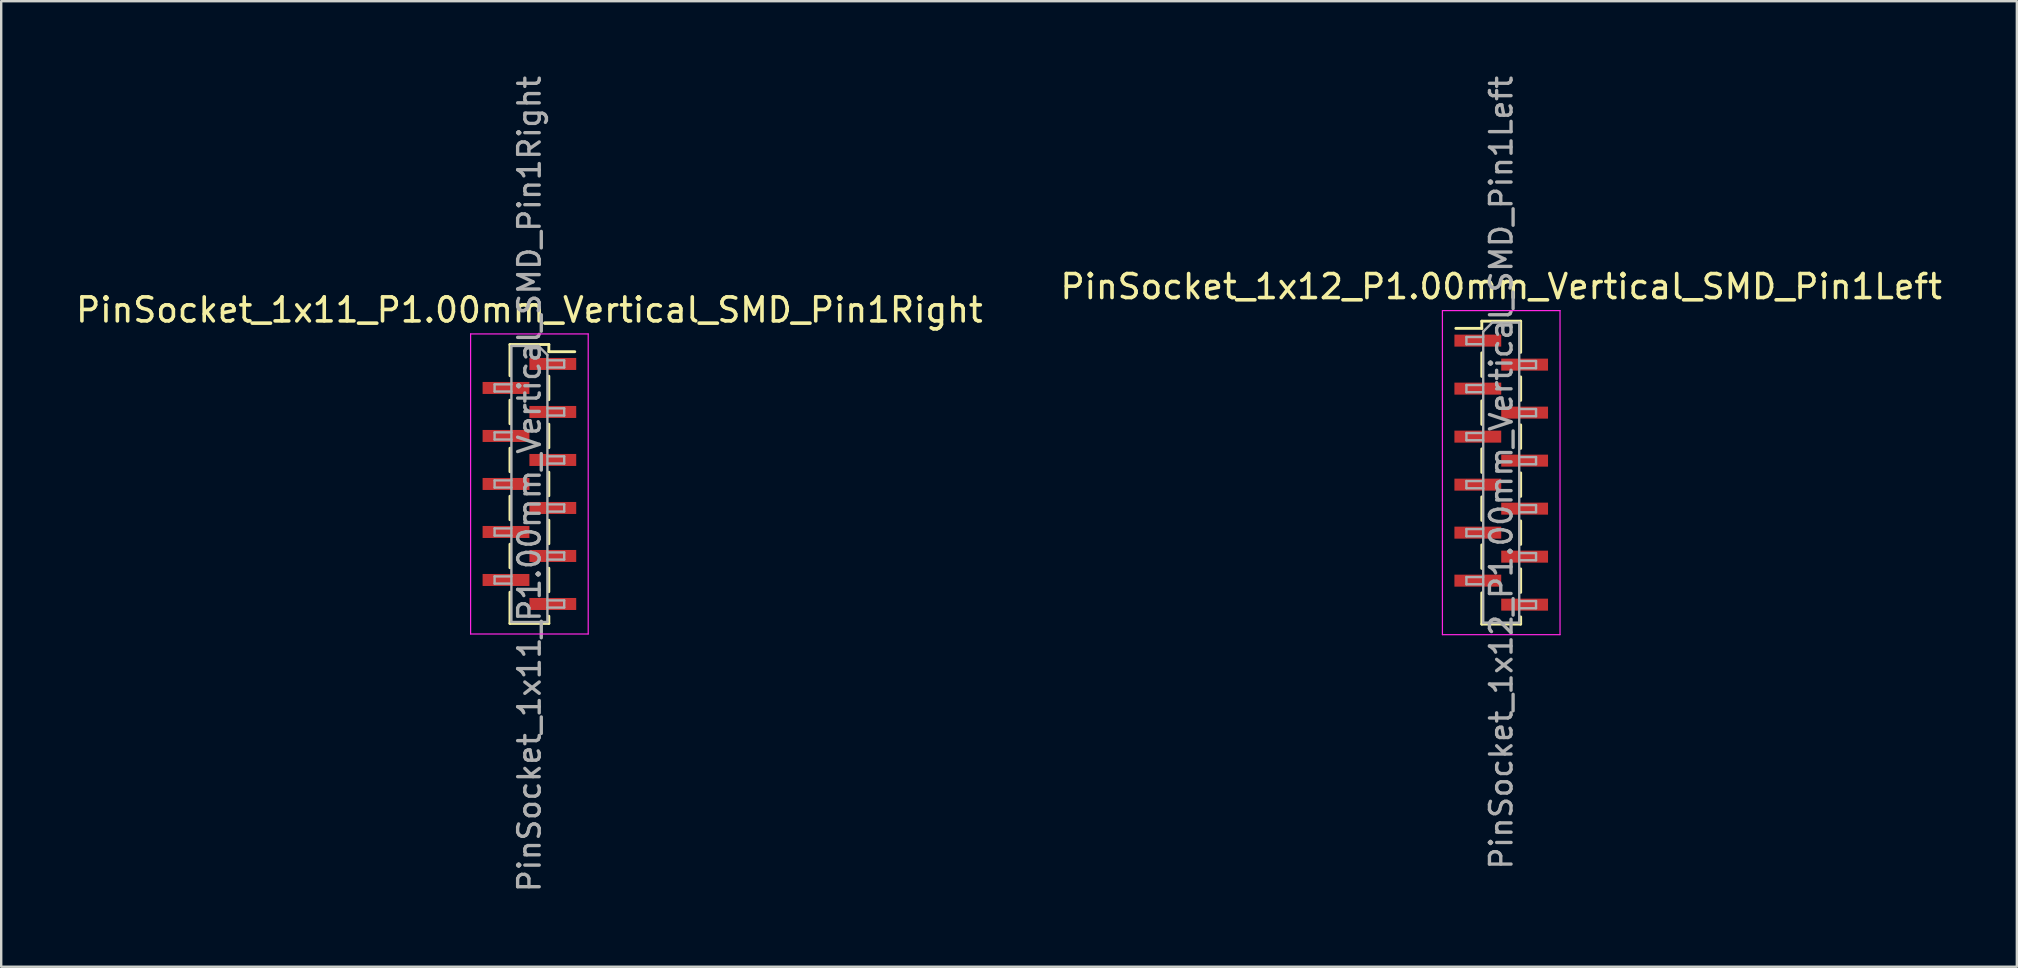
<source format=kicad_pcb>
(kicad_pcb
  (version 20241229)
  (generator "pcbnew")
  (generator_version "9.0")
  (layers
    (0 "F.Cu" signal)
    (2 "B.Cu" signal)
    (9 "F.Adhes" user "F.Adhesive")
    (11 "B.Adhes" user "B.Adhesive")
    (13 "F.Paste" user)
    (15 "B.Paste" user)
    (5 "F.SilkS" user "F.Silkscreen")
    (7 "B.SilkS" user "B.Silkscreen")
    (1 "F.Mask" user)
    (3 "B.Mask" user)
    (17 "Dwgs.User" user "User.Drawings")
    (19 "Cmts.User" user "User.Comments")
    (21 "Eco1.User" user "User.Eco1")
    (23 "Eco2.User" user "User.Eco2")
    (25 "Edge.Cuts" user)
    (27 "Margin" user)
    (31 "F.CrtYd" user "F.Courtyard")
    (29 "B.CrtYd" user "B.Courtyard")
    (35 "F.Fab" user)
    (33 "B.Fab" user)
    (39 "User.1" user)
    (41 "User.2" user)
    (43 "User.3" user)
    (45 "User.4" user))
  (footprint "PinSocket_1x12_P1.00mm_Vertical_SMD_Pin1Left"
    (layer "F.Cu")
    (at 59.494 16.641)
    (property "Reference" "PinSocket_1x12_P1.00mm_Vertical_SMD_Pin1Left" (at 0 -7.75 0) (layer "F.SilkS") (effects (font (size 1 1) (thickness 0.15))))
    (attr smd)
    (fp_line (start -1.89 -6.01) (end -0.81 -6.01) (stroke (width 0.12) (type solid)) (layer "F.SilkS"))
    (fp_line (start -0.81 -6.31) (end -0.81 -6.01) (stroke (width 0.12) (type solid)) (layer "F.SilkS"))
    (fp_line (start -0.81 -6.31) (end 0.81 -6.31) (stroke (width 0.12) (type solid)) (layer "F.SilkS"))
    (fp_line (start -0.81 -4.99) (end -0.81 -4.01) (stroke (width 0.12) (type solid)) (layer "F.SilkS"))
    (fp_line (start -0.81 -2.99) (end -0.81 -2.01) (stroke (width 0.12) (type solid)) (layer "F.SilkS"))
    (fp_line (start -0.81 -0.99) (end -0.81 -0.01) (stroke (width 0.12) (type solid)) (layer "F.SilkS"))
    (fp_line (start -0.81 1.01) (end -0.81 1.99) (stroke (width 0.12) (type solid)) (layer "F.SilkS"))
    (fp_line (start -0.81 3.01) (end -0.81 3.99) (stroke (width 0.12) (type solid)) (layer "F.SilkS"))
    (fp_line (start -0.81 5.01) (end -0.81 6.31) (stroke (width 0.12) (type solid)) (layer "F.SilkS"))
    (fp_line (start -0.81 6.31) (end 0.81 6.31) (stroke (width 0.12) (type solid)) (layer "F.SilkS"))
    (fp_line (start 0.81 -6.31) (end 0.81 -5.01) (stroke (width 0.12) (type solid)) (layer "F.SilkS"))
    (fp_line (start 0.81 -3.99) (end 0.81 -3.01) (stroke (width 0.12) (type solid)) (layer "F.SilkS"))
    (fp_line (start 0.81 -1.99) (end 0.81 -1.01) (stroke (width 0.12) (type solid)) (layer "F.SilkS"))
    (fp_line (start 0.81 0.01) (end 0.81 0.99) (stroke (width 0.12) (type solid)) (layer "F.SilkS"))
    (fp_line (start 0.81 2.01) (end 0.81 2.99) (stroke (width 0.12) (type solid)) (layer "F.SilkS"))
    (fp_line (start 0.81 4.01) (end 0.81 4.99) (stroke (width 0.12) (type solid)) (layer "F.SilkS"))
    (fp_line (start 0.81 6.01) (end 0.81 6.31) (stroke (width 0.12) (type solid)) (layer "F.SilkS"))
    (fp_line (start -2.45 -6.75) (end 2.45 -6.75) (stroke (width 0.05) (type solid)) (layer "F.CrtYd"))
    (fp_line (start -2.45 6.75) (end -2.45 -6.75) (stroke (width 0.05) (type solid)) (layer "F.CrtYd"))
    (fp_line (start 2.45 -6.75) (end 2.45 6.75) (stroke (width 0.05) (type solid)) (layer "F.CrtYd"))
    (fp_line (start 2.45 6.75) (end -2.45 6.75) (stroke (width 0.05) (type solid)) (layer "F.CrtYd"))
    (fp_line (start -1.45 -5.65) (end -0.75 -5.65) (stroke (width 0.1) (type solid)) (layer "F.Fab"))
    (fp_line (start -1.45 -5.35) (end -1.45 -5.65) (stroke (width 0.1) (type solid)) (layer "F.Fab"))
    (fp_line (start -1.45 -3.65) (end -0.75 -3.65) (stroke (width 0.1) (type solid)) (layer "F.Fab"))
    (fp_line (start -1.45 -3.35) (end -1.45 -3.65) (stroke (width 0.1) (type solid)) (layer "F.Fab"))
    (fp_line (start -1.45 -1.65) (end -0.75 -1.65) (stroke (width 0.1) (type solid)) (layer "F.Fab"))
    (fp_line (start -1.45 -1.35) (end -1.45 -1.65) (stroke (width 0.1) (type solid)) (layer "F.Fab"))
    (fp_line (start -1.45 0.35) (end -0.75 0.35) (stroke (width 0.1) (type solid)) (layer "F.Fab"))
    (fp_line (start -1.45 0.65) (end -1.45 0.35) (stroke (width 0.1) (type solid)) (layer "F.Fab"))
    (fp_line (start -1.45 2.35) (end -0.75 2.35) (stroke (width 0.1) (type solid)) (layer "F.Fab"))
    (fp_line (start -1.45 2.65) (end -1.45 2.35) (stroke (width 0.1) (type solid)) (layer "F.Fab"))
    (fp_line (start -1.45 4.35) (end -0.75 4.35) (stroke (width 0.1) (type solid)) (layer "F.Fab"))
    (fp_line (start -1.45 4.65) (end -1.45 4.35) (stroke (width 0.1) (type solid)) (layer "F.Fab"))
    (fp_line (start -0.75 -5.875) (end -0.375 -6.25) (stroke (width 0.1) (type solid)) (layer "F.Fab"))
    (fp_line (start -0.75 -5.35) (end -1.45 -5.35) (stroke (width 0.1) (type solid)) (layer "F.Fab"))
    (fp_line (start -0.75 -3.35) (end -1.45 -3.35) (stroke (width 0.1) (type solid)) (layer "F.Fab"))
    (fp_line (start -0.75 -1.35) (end -1.45 -1.35) (stroke (width 0.1) (type solid)) (layer "F.Fab"))
    (fp_line (start -0.75 0.65) (end -1.45 0.65) (stroke (width 0.1) (type solid)) (layer "F.Fab"))
    (fp_line (start -0.75 2.65) (end -1.45 2.65) (stroke (width 0.1) (type solid)) (layer "F.Fab"))
    (fp_line (start -0.75 4.65) (end -1.45 4.65) (stroke (width 0.1) (type solid)) (layer "F.Fab"))
    (fp_line (start -0.75 6.25) (end -0.75 -5.875) (stroke (width 0.1) (type solid)) (layer "F.Fab"))
    (fp_line (start -0.375 -6.25) (end 0.75 -6.25) (stroke (width 0.1) (type solid)) (layer "F.Fab"))
    (fp_line (start 0.75 -6.25) (end 0.75 6.25) (stroke (width 0.1) (type solid)) (layer "F.Fab"))
    (fp_line (start 0.75 -4.65) (end 1.45 -4.65) (stroke (width 0.1) (type solid)) (layer "F.Fab"))
    (fp_line (start 0.75 -2.65) (end 1.45 -2.65) (stroke (width 0.1) (type solid)) (layer "F.Fab"))
    (fp_line (start 0.75 -0.65) (end 1.45 -0.65) (stroke (width 0.1) (type solid)) (layer "F.Fab"))
    (fp_line (start 0.75 1.35) (end 1.45 1.35) (stroke (width 0.1) (type solid)) (layer "F.Fab"))
    (fp_line (start 0.75 3.35) (end 1.45 3.35) (stroke (width 0.1) (type solid)) (layer "F.Fab"))
    (fp_line (start 0.75 5.35) (end 1.45 5.35) (stroke (width 0.1) (type solid)) (layer "F.Fab"))
    (fp_line (start 0.75 6.25) (end -0.75 6.25) (stroke (width 0.1) (type solid)) (layer "F.Fab"))
    (fp_line (start 1.45 -4.65) (end 1.45 -4.35) (stroke (width 0.1) (type solid)) (layer "F.Fab"))
    (fp_line (start 1.45 -4.35) (end 0.75 -4.35) (stroke (width 0.1) (type solid)) (layer "F.Fab"))
    (fp_line (start 1.45 -2.65) (end 1.45 -2.35) (stroke (width 0.1) (type solid)) (layer "F.Fab"))
    (fp_line (start 1.45 -2.35) (end 0.75 -2.35) (stroke (width 0.1) (type solid)) (layer "F.Fab"))
    (fp_line (start 1.45 -0.65) (end 1.45 -0.35) (stroke (width 0.1) (type solid)) (layer "F.Fab"))
    (fp_line (start 1.45 -0.35) (end 0.75 -0.35) (stroke (width 0.1) (type solid)) (layer "F.Fab"))
    (fp_line (start 1.45 1.35) (end 1.45 1.65) (stroke (width 0.1) (type solid)) (layer "F.Fab"))
    (fp_line (start 1.45 1.65) (end 0.75 1.65) (stroke (width 0.1) (type solid)) (layer "F.Fab"))
    (fp_line (start 1.45 3.35) (end 1.45 3.65) (stroke (width 0.1) (type solid)) (layer "F.Fab"))
    (fp_line (start 1.45 3.65) (end 0.75 3.65) (stroke (width 0.1) (type solid)) (layer "F.Fab"))
    (fp_line (start 1.45 5.35) (end 1.45 5.65) (stroke (width 0.1) (type solid)) (layer "F.Fab"))
    (fp_line (start 1.45 5.65) (end 0.75 5.65) (stroke (width 0.1) (type solid)) (layer "F.Fab"))
    (fp_text user "${REFERENCE}" (at 0 0 90) (layer "F.Fab") (effects (font (size 0.9 0.9) (thickness 0.14))))
    (pad "1" smd rect (at -0.975 -5.5) (size 1.95 0.5) (layers "F.Cu" "F.Mask" "F.Paste"))
    (pad "2" smd rect (at 0.975 -4.5) (size 1.95 0.5) (layers "F.Cu" "F.Mask" "F.Paste"))
    (pad "3" smd rect (at -0.975 -3.5) (size 1.95 0.5) (layers "F.Cu" "F.Mask" "F.Paste"))
    (pad "4" smd rect (at 0.975 -2.5) (size 1.95 0.5) (layers "F.Cu" "F.Mask" "F.Paste"))
    (pad "5" smd rect (at -0.975 -1.5) (size 1.95 0.5) (layers "F.Cu" "F.Mask" "F.Paste"))
    (pad "6" smd rect (at 0.975 -0.5) (size 1.95 0.5) (layers "F.Cu" "F.Mask" "F.Paste"))
    (pad "7" smd rect (at -0.975 0.5) (size 1.95 0.5) (layers "F.Cu" "F.Mask" "F.Paste"))
    (pad "8" smd rect (at 0.975 1.5) (size 1.95 0.5) (layers "F.Cu" "F.Mask" "F.Paste"))
    (pad "9" smd rect (at -0.975 2.5) (size 1.95 0.5) (layers "F.Cu" "F.Mask" "F.Paste"))
    (pad "10" smd rect (at 0.975 3.5) (size 1.95 0.5) (layers "F.Cu" "F.Mask" "F.Paste"))
    (pad "11" smd rect (at -0.975 4.5) (size 1.95 0.5) (layers "F.Cu" "F.Mask" "F.Paste"))
    (pad "12" smd rect (at 0.975 5.5) (size 1.95 0.5) (layers "F.Cu" "F.Mask" "F.Paste")))
  (footprint "PinSocket_1x11_P1.00mm_Vertical_SMD_Pin1Right"
    (layer "F.Cu")
    (at 19.006 17.113)
    (property "Reference" "PinSocket_1x11_P1.00mm_Vertical_SMD_Pin1Right" (at 0 -7.25 0) (layer "F.SilkS") (effects (font (size 1 1) (thickness 0.15))))
    (attr smd)
    (fp_line (start -0.81 -5.81) (end -0.81 -4.51) (stroke (width 0.12) (type solid)) (layer "F.SilkS"))
    (fp_line (start -0.81 -5.81) (end 0.81 -5.81) (stroke (width 0.12) (type solid)) (layer "F.SilkS"))
    (fp_line (start -0.81 -3.49) (end -0.81 -2.51) (stroke (width 0.12) (type solid)) (layer "F.SilkS"))
    (fp_line (start -0.81 -1.49) (end -0.81 -0.51) (stroke (width 0.12) (type solid)) (layer "F.SilkS"))
    (fp_line (start -0.81 0.51) (end -0.81 1.49) (stroke (width 0.12) (type solid)) (layer "F.SilkS"))
    (fp_line (start -0.81 2.51) (end -0.81 3.49) (stroke (width 0.12) (type solid)) (layer "F.SilkS"))
    (fp_line (start -0.81 4.51) (end -0.81 5.81) (stroke (width 0.12) (type solid)) (layer "F.SilkS"))
    (fp_line (start -0.81 5.81) (end 0.81 5.81) (stroke (width 0.12) (type solid)) (layer "F.SilkS"))
    (fp_line (start 0.81 -5.81) (end 0.81 -5.51) (stroke (width 0.12) (type solid)) (layer "F.SilkS"))
    (fp_line (start 0.81 -5.51) (end 1.89 -5.51) (stroke (width 0.12) (type solid)) (layer "F.SilkS"))
    (fp_line (start 0.81 -4.49) (end 0.81 -3.51) (stroke (width 0.12) (type solid)) (layer "F.SilkS"))
    (fp_line (start 0.81 -2.49) (end 0.81 -1.51) (stroke (width 0.12) (type solid)) (layer "F.SilkS"))
    (fp_line (start 0.81 -0.49) (end 0.81 0.49) (stroke (width 0.12) (type solid)) (layer "F.SilkS"))
    (fp_line (start 0.81 1.51) (end 0.81 2.49) (stroke (width 0.12) (type solid)) (layer "F.SilkS"))
    (fp_line (start 0.81 3.51) (end 0.81 4.49) (stroke (width 0.12) (type solid)) (layer "F.SilkS"))
    (fp_line (start 0.81 5.51) (end 0.81 5.81) (stroke (width 0.12) (type solid)) (layer "F.SilkS"))
    (fp_line (start -2.45 -6.25) (end 2.45 -6.25) (stroke (width 0.05) (type solid)) (layer "F.CrtYd"))
    (fp_line (start -2.45 6.25) (end -2.45 -6.25) (stroke (width 0.05) (type solid)) (layer "F.CrtYd"))
    (fp_line (start 2.45 -6.25) (end 2.45 6.25) (stroke (width 0.05) (type solid)) (layer "F.CrtYd"))
    (fp_line (start 2.45 6.25) (end -2.45 6.25) (stroke (width 0.05) (type solid)) (layer "F.CrtYd"))
    (fp_line (start -1.45 -4.15) (end -0.75 -4.15) (stroke (width 0.1) (type solid)) (layer "F.Fab"))
    (fp_line (start -1.45 -3.85) (end -1.45 -4.15) (stroke (width 0.1) (type solid)) (layer "F.Fab"))
    (fp_line (start -1.45 -2.15) (end -0.75 -2.15) (stroke (width 0.1) (type solid)) (layer "F.Fab"))
    (fp_line (start -1.45 -1.85) (end -1.45 -2.15) (stroke (width 0.1) (type solid)) (layer "F.Fab"))
    (fp_line (start -1.45 -0.15) (end -0.75 -0.15) (stroke (width 0.1) (type solid)) (layer "F.Fab"))
    (fp_line (start -1.45 0.15) (end -1.45 -0.15) (stroke (width 0.1) (type solid)) (layer "F.Fab"))
    (fp_line (start -1.45 1.85) (end -0.75 1.85) (stroke (width 0.1) (type solid)) (layer "F.Fab"))
    (fp_line (start -1.45 2.15) (end -1.45 1.85) (stroke (width 0.1) (type solid)) (layer "F.Fab"))
    (fp_line (start -1.45 3.85) (end -0.75 3.85) (stroke (width 0.1) (type solid)) (layer "F.Fab"))
    (fp_line (start -1.45 4.15) (end -1.45 3.85) (stroke (width 0.1) (type solid)) (layer "F.Fab"))
    (fp_line (start -0.75 -5.75) (end 0.375 -5.75) (stroke (width 0.1) (type solid)) (layer "F.Fab"))
    (fp_line (start -0.75 -3.85) (end -1.45 -3.85) (stroke (width 0.1) (type solid)) (layer "F.Fab"))
    (fp_line (start -0.75 -1.85) (end -1.45 -1.85) (stroke (width 0.1) (type solid)) (layer "F.Fab"))
    (fp_line (start -0.75 0.15) (end -1.45 0.15) (stroke (width 0.1) (type solid)) (layer "F.Fab"))
    (fp_line (start -0.75 2.15) (end -1.45 2.15) (stroke (width 0.1) (type solid)) (layer "F.Fab"))
    (fp_line (start -0.75 4.15) (end -1.45 4.15) (stroke (width 0.1) (type solid)) (layer "F.Fab"))
    (fp_line (start -0.75 5.75) (end -0.75 -5.75) (stroke (width 0.1) (type solid)) (layer "F.Fab"))
    (fp_line (start 0.375 -5.75) (end 0.75 -5.375) (stroke (width 0.1) (type solid)) (layer "F.Fab"))
    (fp_line (start 0.75 -5.375) (end 0.75 5.75) (stroke (width 0.1) (type solid)) (layer "F.Fab"))
    (fp_line (start 0.75 -5.15) (end 1.45 -5.15) (stroke (width 0.1) (type solid)) (layer "F.Fab"))
    (fp_line (start 0.75 -3.15) (end 1.45 -3.15) (stroke (width 0.1) (type solid)) (layer "F.Fab"))
    (fp_line (start 0.75 -1.15) (end 1.45 -1.15) (stroke (width 0.1) (type solid)) (layer "F.Fab"))
    (fp_line (start 0.75 0.85) (end 1.45 0.85) (stroke (width 0.1) (type solid)) (layer "F.Fab"))
    (fp_line (start 0.75 2.85) (end 1.45 2.85) (stroke (width 0.1) (type solid)) (layer "F.Fab"))
    (fp_line (start 0.75 4.85) (end 1.45 4.85) (stroke (width 0.1) (type solid)) (layer "F.Fab"))
    (fp_line (start 0.75 5.75) (end -0.75 5.75) (stroke (width 0.1) (type solid)) (layer "F.Fab"))
    (fp_line (start 1.45 -5.15) (end 1.45 -4.85) (stroke (width 0.1) (type solid)) (layer "F.Fab"))
    (fp_line (start 1.45 -4.85) (end 0.75 -4.85) (stroke (width 0.1) (type solid)) (layer "F.Fab"))
    (fp_line (start 1.45 -3.15) (end 1.45 -2.85) (stroke (width 0.1) (type solid)) (layer "F.Fab"))
    (fp_line (start 1.45 -2.85) (end 0.75 -2.85) (stroke (width 0.1) (type solid)) (layer "F.Fab"))
    (fp_line (start 1.45 -1.15) (end 1.45 -0.85) (stroke (width 0.1) (type solid)) (layer "F.Fab"))
    (fp_line (start 1.45 -0.85) (end 0.75 -0.85) (stroke (width 0.1) (type solid)) (layer "F.Fab"))
    (fp_line (start 1.45 0.85) (end 1.45 1.15) (stroke (width 0.1) (type solid)) (layer "F.Fab"))
    (fp_line (start 1.45 1.15) (end 0.75 1.15) (stroke (width 0.1) (type solid)) (layer "F.Fab"))
    (fp_line (start 1.45 2.85) (end 1.45 3.15) (stroke (width 0.1) (type solid)) (layer "F.Fab"))
    (fp_line (start 1.45 3.15) (end 0.75 3.15) (stroke (width 0.1) (type solid)) (layer "F.Fab"))
    (fp_line (start 1.45 4.85) (end 1.45 5.15) (stroke (width 0.1) (type solid)) (layer "F.Fab"))
    (fp_line (start 1.45 5.15) (end 0.75 5.15) (stroke (width 0.1) (type solid)) (layer "F.Fab"))
    (fp_text user "${REFERENCE}" (at 0 0 90) (layer "F.Fab") (effects (font (size 0.9 0.9) (thickness 0.14))))
    (pad "1" smd rect (at 0.975 -5) (size 1.95 0.5) (layers "F.Cu" "F.Mask" "F.Paste"))
    (pad "2" smd rect (at -0.975 -4) (size 1.95 0.5) (layers "F.Cu" "F.Mask" "F.Paste"))
    (pad "3" smd rect (at 0.975 -3) (size 1.95 0.5) (layers "F.Cu" "F.Mask" "F.Paste"))
    (pad "4" smd rect (at -0.975 -2) (size 1.95 0.5) (layers "F.Cu" "F.Mask" "F.Paste"))
    (pad "5" smd rect (at 0.975 -1) (size 1.95 0.5) (layers "F.Cu" "F.Mask" "F.Paste"))
    (pad "6" smd rect (at -0.975 0) (size 1.95 0.5) (layers "F.Cu" "F.Mask" "F.Paste"))
    (pad "7" smd rect (at 0.975 1) (size 1.95 0.5) (layers "F.Cu" "F.Mask" "F.Paste"))
    (pad "8" smd rect (at -0.975 2) (size 1.95 0.5) (layers "F.Cu" "F.Mask" "F.Paste"))
    (pad "9" smd rect (at 0.975 3) (size 1.95 0.5) (layers "F.Cu" "F.Mask" "F.Paste"))
    (pad "10" smd rect (at -0.975 4) (size 1.95 0.5) (layers "F.Cu" "F.Mask" "F.Paste"))
    (pad "11" smd rect (at 0.975 5) (size 1.95 0.5) (layers "F.Cu" "F.Mask" "F.Paste")))
  (gr_rect
    (start -3 -3)
    (end 80.976 37.226)
    (stroke (width 0.1) (type default))
    (fill no)
    (layer "Edge.Cuts")))
</source>
